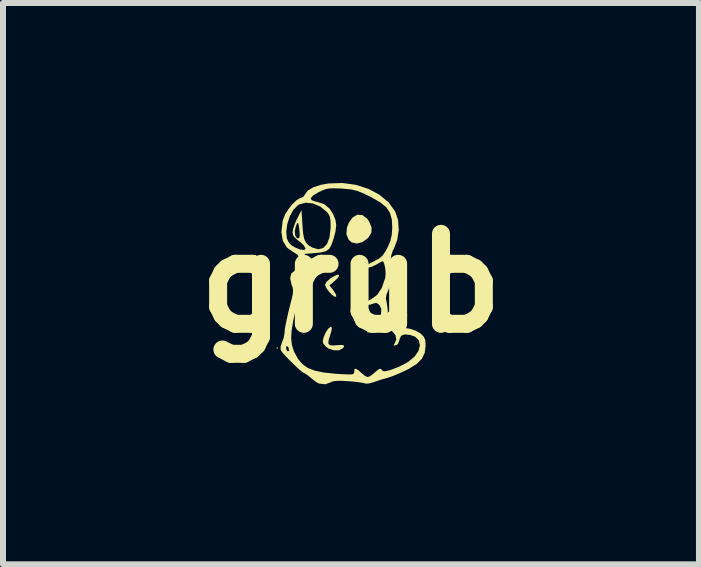
<source format=kicad_pcb>
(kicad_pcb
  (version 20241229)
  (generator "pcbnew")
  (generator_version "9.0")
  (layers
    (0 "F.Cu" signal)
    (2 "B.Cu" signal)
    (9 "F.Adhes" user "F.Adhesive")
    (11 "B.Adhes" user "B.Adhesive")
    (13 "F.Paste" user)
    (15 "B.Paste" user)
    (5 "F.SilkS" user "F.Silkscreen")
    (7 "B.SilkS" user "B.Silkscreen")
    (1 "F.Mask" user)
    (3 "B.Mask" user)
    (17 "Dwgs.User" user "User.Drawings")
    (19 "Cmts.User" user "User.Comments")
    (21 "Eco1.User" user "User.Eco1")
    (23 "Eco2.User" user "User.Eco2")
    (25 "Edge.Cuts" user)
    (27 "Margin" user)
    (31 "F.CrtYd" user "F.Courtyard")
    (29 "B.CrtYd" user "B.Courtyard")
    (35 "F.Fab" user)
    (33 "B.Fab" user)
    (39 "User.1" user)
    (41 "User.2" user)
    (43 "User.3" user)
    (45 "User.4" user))
  (footprint "grub"
    (layer "F.Cu")
    (at 2.8 1.669)
    (property "Reference" "grub" (at 0 0 0) (layer "F.SilkS") (effects (font (size 1.5 1.5) (thickness 0.3))))
    (attr board_only exclude_from_pos_files exclude_from_bom)
    (fp_poly (pts (xy -1.217 1.082) (xy -1.231 1.096) (xy -1.244 1.082) (xy -1.231 1.068)) (stroke (width 0) (type solid)) (fill yes) (layer "F.SilkS"))
    (fp_poly (pts (xy 0.187 -1.135) (xy 0.265 -1.08) (xy 0.298 -1.034) (xy 0.344 -0.93) (xy 0.34 -0.842) (xy 0.287 -0.757) (xy 0.273 -0.742) (xy 0.186 -0.681) (xy 0.094 -0.66) (xy 0.011 -0.679) (xy -0.039 -0.723) (xy -0.077 -0.817) (xy -0.067 -0.926) (xy -0.037 -1.004) (xy 0.028 -1.096) (xy 0.105 -1.14)) (stroke (width 0) (type solid)) (fill yes) (layer "F.SilkS"))
    (fp_poly (pts (xy -0.196 -0.131) (xy -0.213 -0.094) (xy -0.267 -0.04) (xy -0.359 0.037) (xy -0.301 0.11) (xy -0.253 0.183) (xy -0.245 0.224) (xy -0.269 0.229) (xy -0.319 0.193) (xy -0.363 0.147) (xy -0.408 0.086) (xy -0.432 0.037) (xy -0.433 0.029) (xy -0.409 -0.02) (xy -0.346 -0.077) (xy -0.275 -0.12) (xy -0.216 -0.142)) (stroke (width 0) (type solid)) (fill yes) (layer "F.SilkS"))
    (fp_poly (pts (xy -0.324 0.731) (xy -0.319 0.761) (xy -0.333 0.823) (xy -0.34 0.845) (xy -0.372 0.946) (xy -0.378 1.006) (xy -0.352 1.034) (xy -0.291 1.039) (xy -0.243 1.035) (xy -0.155 1.03) (xy -0.115 1.039) (xy -0.118 1.064) (xy -0.141 1.09) (xy -0.205 1.12) (xy -0.29 1.119) (xy -0.375 1.09) (xy -0.42 1.057) (xy -0.463 1.006) (xy -0.47 0.958) (xy -0.455 0.901) (xy -0.42 0.82) (xy -0.378 0.758) (xy -0.34 0.729)) (stroke (width 0) (type solid)) (fill yes) (layer "F.SilkS"))
    (fp_poly (pts (xy 0.083 -1.638) (xy 0.292 -1.571) (xy 0.476 -1.472) (xy 0.628 -1.345) (xy 0.738 -1.192) (xy 0.739 -1.191) (xy 0.785 -1.051) (xy 0.796 -0.889) (xy 0.772 -0.724) (xy 0.723 -0.593) (xy 0.688 -0.518) (xy 0.669 -0.452) (xy 0.662 -0.376) (xy 0.666 -0.271) (xy 0.668 -0.24) (xy 0.674 -0.12) (xy 0.669 -0.033) (xy 0.651 0.042) (xy 0.625 0.108) (xy 0.591 0.194) (xy 0.582 0.257) (xy 0.594 0.32) (xy 0.597 0.332) (xy 0.615 0.465) (xy 0.583 0.61) (xy 0.581 0.615) (xy 0.579 0.653) (xy 0.616 0.663) (xy 0.674 0.679) (xy 0.739 0.718) (xy 0.74 0.719) (xy 0.796 0.752) (xy 0.837 0.758) (xy 0.839 0.757) (xy 0.896 0.747) (xy 0.98 0.76) (xy 1.071 0.79) (xy 1.149 0.832) (xy 1.164 0.843) (xy 1.215 0.896) (xy 1.239 0.953) (xy 1.244 1.04) (xy 1.244 1.04) (xy 1.23 1.159) (xy 1.184 1.258) (xy 1.098 1.345) (xy 0.968 1.427) (xy 0.919 1.452) (xy 0.808 1.503) (xy 0.702 1.547) (xy 0.619 1.576) (xy 0.609 1.579) (xy 0.511 1.606) (xy 0.405 1.641) (xy 0.384 1.649) (xy 0.307 1.671) (xy 0.25 1.676) (xy 0.236 1.672) (xy 0.196 1.662) (xy 0.117 1.65) (xy 0.012 1.639) (xy -0.04 1.635) (xy -0.17 1.628) (xy -0.258 1.63) (xy -0.315 1.642) (xy -0.337 1.654) (xy -0.43 1.686) (xy -0.534 1.673) (xy -0.541 1.671) (xy -0.586 1.644) (xy -0.649 1.596) (xy -0.67 1.578) (xy -0.729 1.531) (xy -0.771 1.504) (xy -0.779 1.501) (xy -0.81 1.483) (xy -0.867 1.435) (xy -0.939 1.368) (xy -1.016 1.293) (xy -1.088 1.218) (xy -1.143 1.156) (xy -1.171 1.116) (xy -1.172 1.114) (xy -1.173 1.072) (xy -1.082 1.072) (xy -1.072 1.118) (xy -1.051 1.139) (xy -1.032 1.122) (xy -1.04 1.077) (xy -1.052 1.061) (xy -1.077 1.048) (xy -1.082 1.072) (xy -1.173 1.072) (xy -1.173 1.057) (xy -1.15 0.987) (xy -1.149 0.987) (xy -1.124 0.918) (xy -0.997 0.918) (xy -0.985 1.028) (xy -0.954 1.127) (xy -0.945 1.149) (xy -0.884 1.261) (xy -0.812 1.348) (xy -0.721 1.413) (xy -0.603 1.459) (xy -0.449 1.491) (xy -0.253 1.511) (xy -0.156 1.517) (xy -0.05 1.522) (xy 0.012 1.521) (xy 0.043 1.511) (xy 0.053 1.49) (xy 0.054 1.475) (xy 0.059 1.434) (xy 0.079 1.426) (xy 0.122 1.452) (xy 0.181 1.503) (xy 0.235 1.547) (xy 0.274 1.565) (xy 0.316 1.553) (xy 0.373 1.51) (xy 0.427 1.463) (xy 0.474 1.428) (xy 0.502 1.431) (xy 0.514 1.447) (xy 0.534 1.467) (xy 0.571 1.469) (xy 0.638 1.453) (xy 0.686 1.438) (xy 0.8 1.394) (xy 0.918 1.334) (xy 0.965 1.304) (xy 1.066 1.218) (xy 1.127 1.125) (xy 1.149 1.035) (xy 1.131 0.955) (xy 1.071 0.894) (xy 0.988 0.864) (xy 0.893 0.855) (xy 0.836 0.877) (xy 0.81 0.933) (xy 0.807 0.952) (xy 0.781 1.017) (xy 0.744 1.037) (xy 0.708 1.039) (xy 0.718 1.017) (xy 0.724 1.012) (xy 0.755 0.944) (xy 0.742 0.868) (xy 0.686 0.8) (xy 0.584 0.751) (xy 0.469 0.754) (xy 0.389 0.784) (xy 0.309 0.819) (xy 0.273 0.822) (xy 0.279 0.794) (xy 0.331 0.739) (xy 0.355 0.717) (xy 0.449 0.618) (xy 0.5 0.52) (xy 0.506 0.43) (xy 0.472 0.363) (xy 0.424 0.329) (xy 0.377 0.339) (xy 0.32 0.359) (xy 0.261 0.364) (xy 0.222 0.355) (xy 0.217 0.345) (xy 0.24 0.322) (xy 0.297 0.288) (xy 0.332 0.271) (xy 0.435 0.197) (xy 0.512 0.083) (xy 0.567 -0.075) (xy 0.571 -0.09) (xy 0.577 -0.159) (xy 0.572 -0.238) (xy 0.558 -0.31) (xy 0.539 -0.357) (xy 0.526 -0.365) (xy 0.498 -0.352) (xy 0.443 -0.321) (xy 0.427 -0.311) (xy 0.351 -0.274) (xy 0.287 -0.258) (xy 0.249 -0.265) (xy 0.244 -0.277) (xy 0.266 -0.299) (xy 0.324 -0.334) (xy 0.386 -0.365) (xy 0.471 -0.412) (xy 0.531 -0.464) (xy 0.581 -0.541) (xy 0.607 -0.589) (xy 0.656 -0.701) (xy 0.68 -0.806) (xy 0.688 -0.929) (xy 0.68 -1.064) (xy 0.65 -1.172) (xy 0.59 -1.262) (xy 0.492 -1.343) (xy 0.351 -1.425) (xy 0.314 -1.444) (xy 0.194 -1.502) (xy 0.101 -1.538) (xy 0.013 -1.56) (xy -0.091 -1.571) (xy -0.158 -1.576) (xy -0.277 -1.581) (xy -0.36 -1.578) (xy -0.426 -1.565) (xy -0.493 -1.538) (xy -0.535 -1.518) (xy -0.629 -1.462) (xy -0.67 -1.417) (xy -0.657 -1.383) (xy -0.592 -1.36) (xy -0.575 -1.357) (xy -0.45 -1.318) (xy -0.357 -1.242) (xy -0.297 -1.149) (xy -0.259 -1.055) (xy -0.246 -0.964) (xy -0.259 -0.857) (xy -0.285 -0.759) (xy -0.322 -0.646) (xy -0.361 -0.574) (xy -0.415 -0.533) (xy -0.497 -0.512) (xy -0.584 -0.503) (xy -0.771 -0.487) (xy -0.762 -0.347) (xy -0.76 -0.263) (xy -0.77 -0.215) (xy -0.8 -0.184) (xy -0.837 -0.163) (xy -0.898 -0.124) (xy -0.916 -0.082) (xy -0.894 -0.021) (xy -0.876 0.012) (xy -0.858 0.046) (xy -0.85 0.081) (xy -0.851 0.129) (xy -0.863 0.2) (xy -0.887 0.303) (xy -0.916 0.424) (xy -0.963 0.626) (xy -0.989 0.787) (xy -0.997 0.918) (xy -1.124 0.918) (xy -1.12 0.906) (xy -1.108 0.833) (xy -1.102 0.761) (xy -1.081 0.651) (xy -1.047 0.497) (xy -0.997 0.297) (xy -0.991 0.276) (xy -0.97 0.181) (xy -0.965 0.117) (xy -0.976 0.061) (xy -0.992 0.021) (xy -1.014 -0.08) (xy -0.995 -0.16) (xy -0.935 -0.211) (xy -0.921 -0.216) (xy -0.885 -0.238) (xy -0.869 -0.285) (xy -0.866 -0.352) (xy -0.87 -0.429) (xy -0.891 -0.473) (xy -0.941 -0.506) (xy -0.96 -0.516) (xy -1.069 -0.594) (xy -1.136 -0.706) (xy -1.16 -0.849) (xy -1.159 -0.858) (xy -1.079 -0.858) (xy -1.069 -0.746) (xy -1.034 -0.671) (xy -0.984 -0.625) (xy -0.917 -0.587) (xy -0.847 -0.561) (xy -0.79 -0.552) (xy -0.76 -0.565) (xy -0.758 -0.575) (xy -0.782 -0.623) (xy -0.841 -0.682) (xy -0.899 -0.725) (xy -0.96 -0.785) (xy -0.974 -0.847) (xy -0.97 -0.866) (xy -0.937 -0.866) (xy -0.93 -0.796) (xy -0.904 -0.752) (xy -0.882 -0.744) (xy -0.86 -0.758) (xy -0.854 -0.808) (xy -0.859 -0.872) (xy -0.87 -0.963) (xy -0.882 -1.004) (xy -0.897 -0.999) (xy -0.918 -0.951) (xy -0.92 -0.945) (xy -0.937 -0.866) (xy -0.97 -0.866) (xy -0.962 -0.912) (xy -0.93 -1.002) (xy -0.899 -1.07) (xy -0.825 -1.217) (xy -0.809 -0.969) (xy -0.798 -0.832) (xy -0.78 -0.738) (xy -0.75 -0.674) (xy -0.704 -0.628) (xy -0.645 -0.593) (xy -0.546 -0.564) (xy -0.464 -0.585) (xy -0.4 -0.652) (xy -0.358 -0.762) (xy -0.34 -0.912) (xy -0.339 -0.938) (xy -0.341 -1.041) (xy -0.353 -1.108) (xy -0.378 -1.158) (xy -0.406 -1.191) (xy -0.513 -1.277) (xy -0.634 -1.328) (xy -0.755 -1.341) (xy -0.863 -1.311) (xy -0.887 -1.297) (xy -0.963 -1.218) (xy -1.022 -1.109) (xy -1.062 -0.984) (xy -1.079 -0.858) (xy -1.159 -0.858) (xy -1.141 -1.023) (xy -1.132 -1.06) (xy -1.098 -1.144) (xy -1.041 -1.235) (xy -0.973 -1.319) (xy -0.904 -1.385) (xy -0.845 -1.418) (xy -0.831 -1.42) (xy -0.789 -1.443) (xy -0.771 -1.473) (xy -0.723 -1.54) (xy -0.629 -1.597) (xy -0.497 -1.64) (xy -0.375 -1.661) (xy -0.142 -1.669)) (stroke (width 0) (type solid)) (fill yes) (layer "F.SilkS")))
  (gr_rect
    (start -3 -3)
    (end 8.6 6.356)
    (stroke (width 0.1) (type default))
    (fill no)
    (layer "Edge.Cuts")))
</source>
